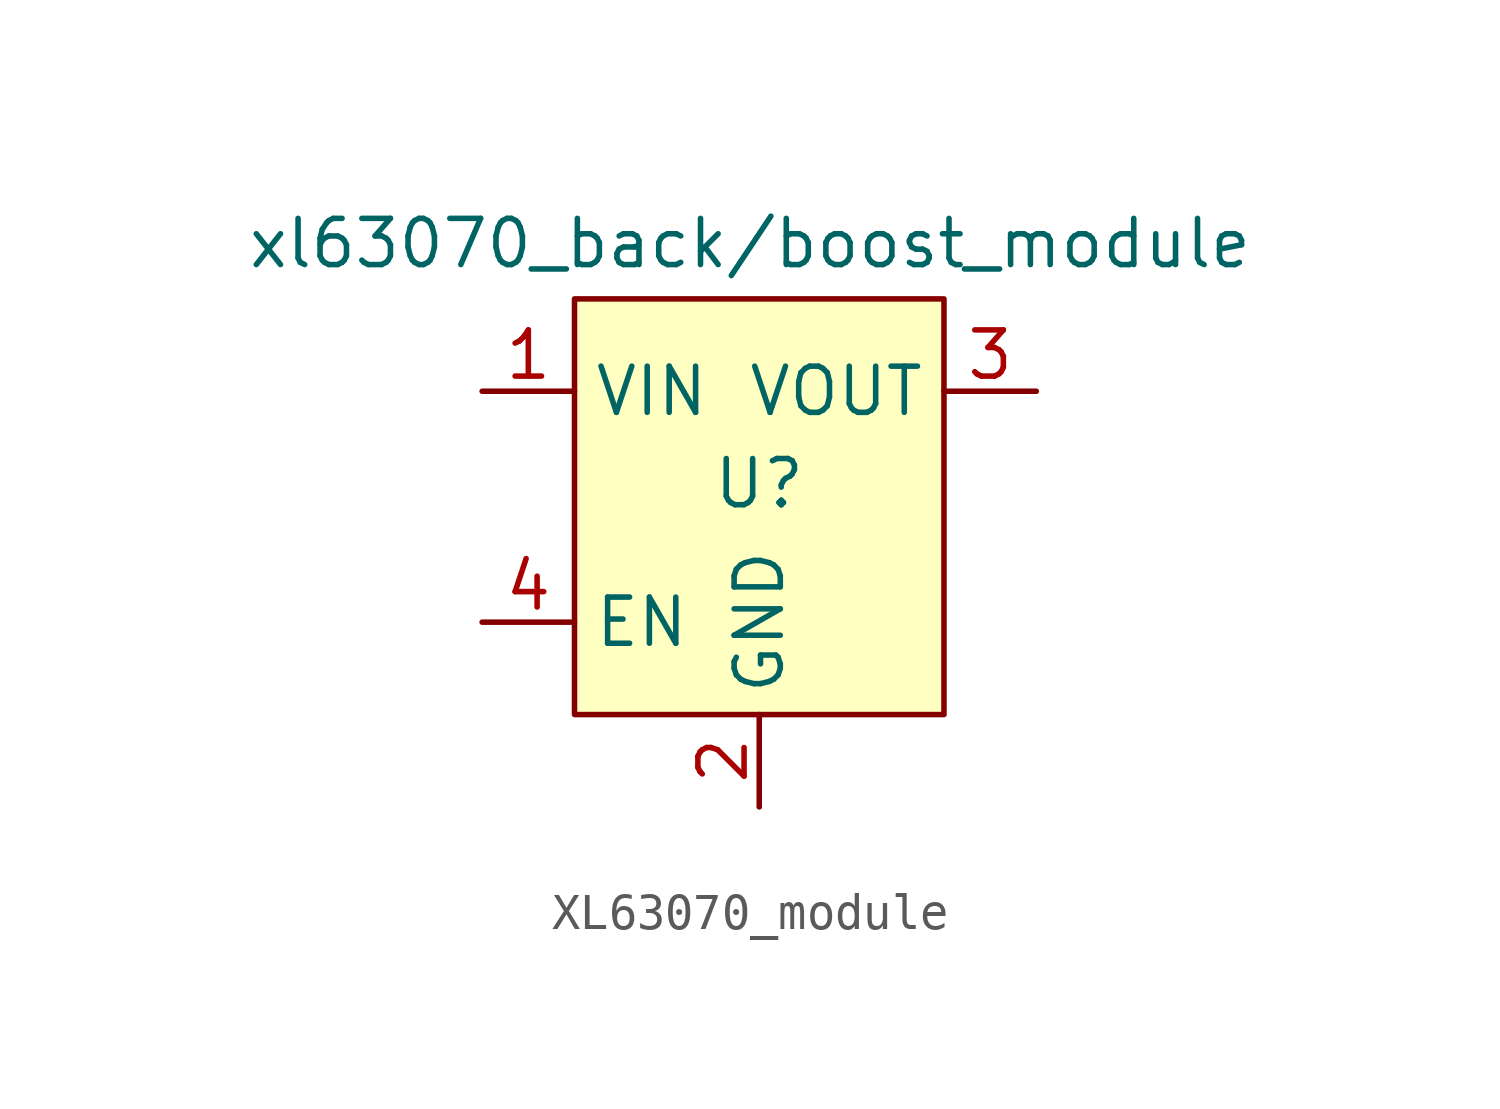
<source format=kicad_sym>
(kicad_symbol_lib
  (version 20231120)
  (generator "kicad_symbol_editor")
  (generator_version "8.0")
  (symbol "XL63070_module"
    (property "Reference" "U"
      (at 0 0 0)
      (effects (font (size 1.27 1.27))))
    (property "Value" "xl63070_back/boost_module"
      (at -0.254 6.604 0)
      (effects (font (size 1.27 1.27))))
    (symbol "XL63070_module_1_1"
      (rectangle (start -5.08 5.08) (end 5.08 -6.35) (stroke (width 0) (type default)) (fill (type background)))
      (pin power_in line (at -7.62 2.54 0) (length 2.54) (name "VIN" (effects (font (size 1.27 1.27)))) (number "1" (effects (font (size 1.27 1.27)))))
      (pin passive line (at 0 -8.89 90) (length 2.54) (name "GND" (effects (font (size 1.27 1.27)))) (number "2" (effects (font (size 1.27 1.27)))))
      (pin power_out line (at 7.62 2.54 180) (length 2.54) (name "VOUT" (effects (font (size 1.27 1.27)))) (number "3" (effects (font (size 1.27 1.27)))))
      (pin input line (at -7.62 -3.81 0) (length 2.54) (name "EN" (effects (font (size 1.27 1.27)))) (number "4" (effects (font (size 1.27 1.27))))))))
</source>
